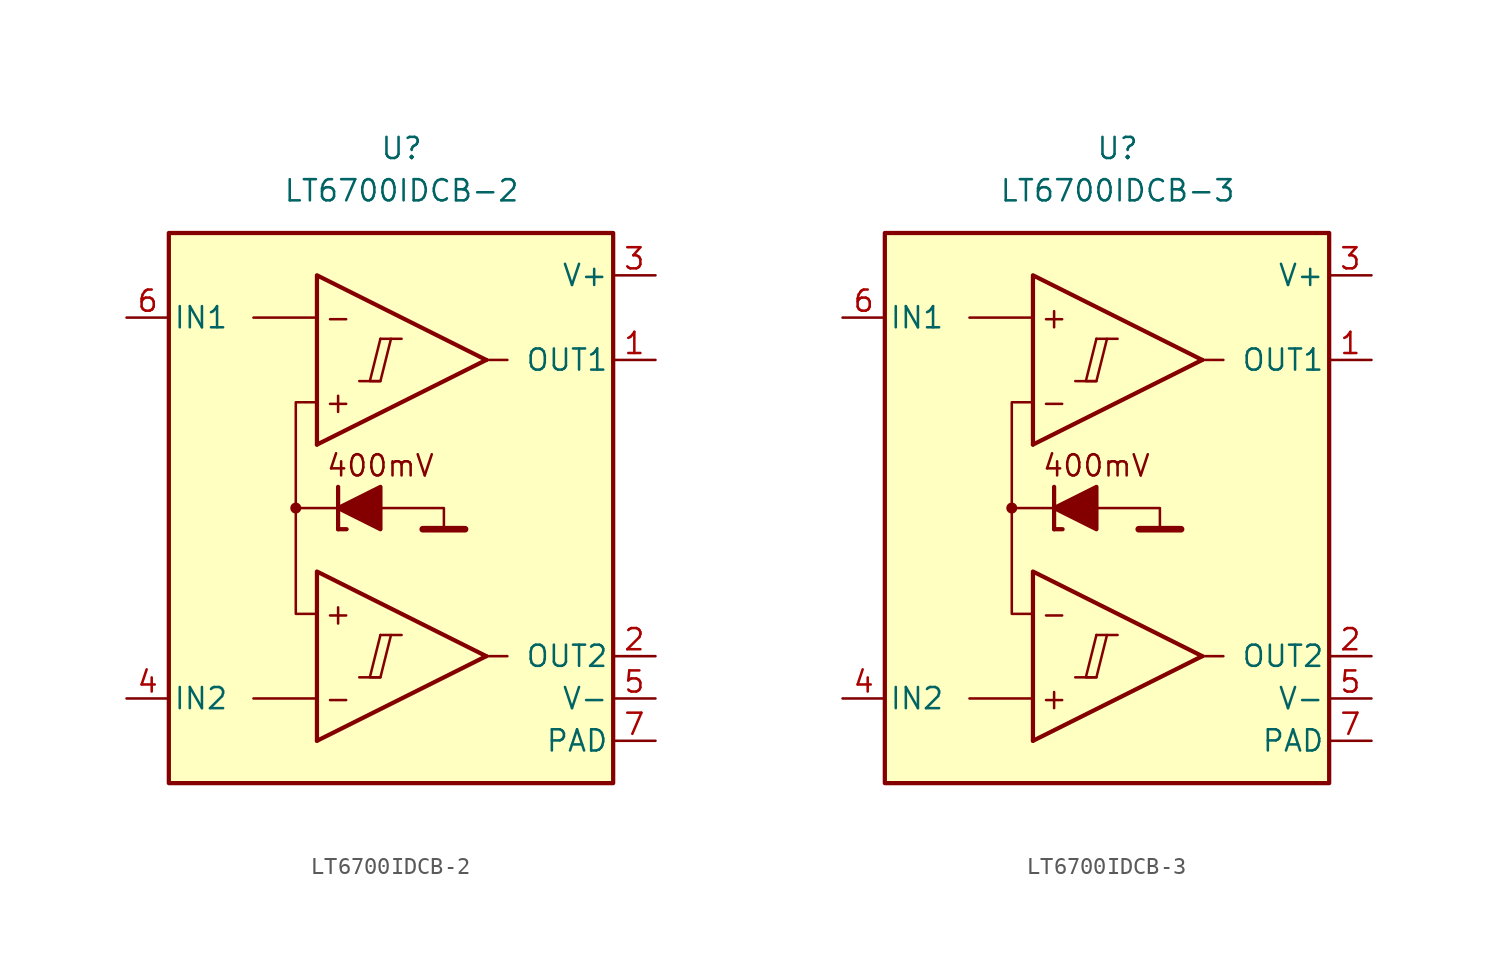
<source format=kicad_sym>
(kicad_symbol_lib
  (version 20231120)
  (generator "kicad_symbol_editor")
  (generator_version "8.0")
  (symbol "LT6700IDCB-2"
    (pin_names
      (offset 0.254))
    (property "Reference" "U"
      (at 0 22.86 0)
      (effects (font (size 1.27 1.27))))
    (property "Value" "LT6700IDCB-2"
      (at 0 20.32 0)
      (effects (font (size 1.27 1.27))))
    (symbol "LT6700IDCB-2_0_0"
      (rectangle (start -13.97 17.78) (end 12.7 -15.24) (stroke (width 0.254) (type default)) (fill (type background)))
      (circle (center -6.35 1.27) (radius 0.254) (stroke (width 0.152) (type default)) (fill (type outline)))
      (polyline (pts (xy -2.54 -8.89) (xy -1.27 -8.89)) (stroke (width 0.152) (type default)) (fill (type none)))
      (polyline (pts (xy -2.54 8.89) (xy -1.27 8.89)) (stroke (width 0.152) (type default)) (fill (type none)))
      (polyline (pts (xy -1.27 -6.35) (xy 0 -6.35)) (stroke (width 0.152) (type default)) (fill (type none)))
      (polyline (pts (xy -1.27 11.43) (xy 0 11.43)) (stroke (width 0.152) (type default)) (fill (type none)))
      (polyline (pts (xy 5.08 -7.62) (xy -5.08 -12.7)) (stroke (width 0.254) (type default)) (fill (type none)))
      (polyline (pts (xy 5.08 10.16) (xy -5.08 5.08)) (stroke (width 0.254) (type default)) (fill (type none)))
      (polyline (pts (xy 5.08 -7.62) (xy -5.08 -2.54) (xy -5.08 -12.7)) (stroke (width 0.254) (type default)) (fill (type background)))
      (polyline (pts (xy 5.08 10.16) (xy -5.08 15.24) (xy -5.08 5.08)) (stroke (width 0.254) (type default)) (fill (type background)))
      (polyline (pts (xy -1.27 -6.35) (xy -1.905 -8.89) (xy -1.27 -8.89) (xy -0.635 -6.35)) (stroke (width 0.152) (type default)) (fill (type none)))
      (polyline (pts (xy -1.27 11.43) (xy -1.905 8.89) (xy -1.27 8.89) (xy -0.635 11.43)) (stroke (width 0.152) (type default)) (fill (type none)))
      (text "+" (at -3.81 -5.08 0) (effects (font (size 1.27 1.27))))
      (text "+" (at -3.81 7.62 0) (effects (font (size 1.27 1.27))))
      (text "-" (at -3.81 -10.16 0) (effects (font (size 1.27 1.27))))
      (text "-" (at -3.81 12.7 0) (effects (font (size 1.27 1.27)))))
    (symbol "LT6700IDCB-2_0_1"
      (polyline (pts (xy -5.08 -10.16) (xy -8.89 -10.16)) (stroke (width 0) (type default)) (fill (type none)))
      (polyline (pts (xy -5.08 12.7) (xy -8.89 12.7)) (stroke (width 0) (type default)) (fill (type none)))
      (polyline (pts (xy -3.81 0) (xy -3.81 2.54)) (stroke (width 0.254) (type default)) (fill (type none)))
      (polyline (pts (xy -3.81 0) (xy -3.302 0)) (stroke (width 0.254) (type default)) (fill (type none)))
      (polyline (pts (xy -3.81 1.27) (xy -6.35 1.27)) (stroke (width 0.152) (type default)) (fill (type none)))
      (polyline (pts (xy 1.27 0) (xy 3.81 0)) (stroke (width 0.4) (type default)) (fill (type none)))
      (polyline (pts (xy 5.08 -7.62) (xy 6.35 -7.62)) (stroke (width 0) (type default)) (fill (type none)))
      (polyline (pts (xy 5.08 10.16) (xy 6.35 10.16)) (stroke (width 0) (type default)) (fill (type none)))
      (polyline (pts (xy -1.27 1.27) (xy 2.54 1.27) (xy 2.54 0)) (stroke (width 0.152) (type default)) (fill (type none)))
      (polyline (pts (xy -5.08 -5.08) (xy -6.35 -5.08) (xy -6.35 7.62) (xy -5.08 7.62)) (stroke (width 0.152) (type default)) (fill (type none)))
      (polyline (pts (xy -1.27 2.54) (xy -1.27 0) (xy -3.81 1.27) (xy -1.27 2.54)) (stroke (width 0.254) (type default)) (fill (type outline))))
    (symbol "LT6700IDCB-2_1_0"
      (text "400mV" (at -1.27 3.81 0) (effects (font (size 1.27 1.27)))))
    (symbol "LT6700IDCB-2_1_1"
      (pin output line (at 15.24 10.16 180) (length 2.54) (name "OUT1" (effects (font (size 1.27 1.27)))) (number "1" (effects (font (size 1.27 1.27)))))
      (pin output line (at 15.24 -7.62 180) (length 2.54) (name "OUT2" (effects (font (size 1.27 1.27)))) (number "2" (effects (font (size 1.27 1.27)))))
      (pin power_in line (at 15.24 15.24 180) (length 2.54) (name "V+" (effects (font (size 1.27 1.27)))) (number "3" (effects (font (size 1.27 1.27)))))
      (pin input line (at -16.51 -10.16 0) (length 2.54) (name "IN2" (effects (font (size 1.27 1.27)))) (number "4" (effects (font (size 1.27 1.27)))))
      (pin power_in line (at 15.24 -10.16 180) (length 2.54) (name "V-" (effects (font (size 1.27 1.27)))) (number "5" (effects (font (size 1.27 1.27)))))
      (pin input line (at -16.51 12.7 0) (length 2.54) (name "IN1" (effects (font (size 1.27 1.27)))) (number "6" (effects (font (size 1.27 1.27)))))
      (pin power_in line (at 15.24 -12.7 180) (length 2.54) (name "PAD" (effects (font (size 1.27 1.27)))) (number "7" (effects (font (size 1.27 1.27)))))))
  (symbol "LT6700IDCB-3"
    (pin_names
      (offset 0.254))
    (property "Reference" "U"
      (at 0 22.86 0)
      (effects (font (size 1.27 1.27))))
    (property "Value" "LT6700IDCB-3"
      (at 0 20.32 0)
      (effects (font (size 1.27 1.27))))
    (symbol "LT6700IDCB-3_0_0"
      (rectangle (start -13.97 17.78) (end 12.7 -15.24) (stroke (width 0.254) (type default)) (fill (type background)))
      (circle (center -6.35 1.27) (radius 0.254) (stroke (width 0.152) (type default)) (fill (type outline)))
      (polyline (pts (xy -2.54 -8.89) (xy -1.27 -8.89)) (stroke (width 0.152) (type default)) (fill (type none)))
      (polyline (pts (xy -2.54 8.89) (xy -1.27 8.89)) (stroke (width 0.152) (type default)) (fill (type none)))
      (polyline (pts (xy -1.27 -6.35) (xy 0 -6.35)) (stroke (width 0.152) (type default)) (fill (type none)))
      (polyline (pts (xy -1.27 11.43) (xy 0 11.43)) (stroke (width 0.152) (type default)) (fill (type none)))
      (polyline (pts (xy 5.08 -7.62) (xy -5.08 -12.7)) (stroke (width 0.254) (type default)) (fill (type none)))
      (polyline (pts (xy 5.08 10.16) (xy -5.08 5.08)) (stroke (width 0.254) (type default)) (fill (type none)))
      (polyline (pts (xy 5.08 -7.62) (xy -5.08 -2.54) (xy -5.08 -12.7)) (stroke (width 0.254) (type default)) (fill (type background)))
      (polyline (pts (xy 5.08 10.16) (xy -5.08 15.24) (xy -5.08 5.08)) (stroke (width 0.254) (type default)) (fill (type background)))
      (polyline (pts (xy -1.27 -6.35) (xy -1.905 -8.89) (xy -1.27 -8.89) (xy -0.635 -6.35)) (stroke (width 0.152) (type default)) (fill (type none)))
      (polyline (pts (xy -1.27 11.43) (xy -1.905 8.89) (xy -1.27 8.89) (xy -0.635 11.43)) (stroke (width 0.152) (type default)) (fill (type none)))
      (text "+" (at -3.81 -10.16 0) (effects (font (size 1.27 1.27))))
      (text "+" (at -3.81 12.7 0) (effects (font (size 1.27 1.27))))
      (text "-" (at -3.81 -5.08 0) (effects (font (size 1.27 1.27))))
      (text "-" (at -3.81 7.62 0) (effects (font (size 1.27 1.27)))))
    (symbol "LT6700IDCB-3_0_1"
      (polyline (pts (xy -5.08 -10.16) (xy -8.89 -10.16)) (stroke (width 0) (type default)) (fill (type none)))
      (polyline (pts (xy -5.08 12.7) (xy -8.89 12.7)) (stroke (width 0) (type default)) (fill (type none)))
      (polyline (pts (xy -3.81 0) (xy -3.81 2.54)) (stroke (width 0.254) (type default)) (fill (type none)))
      (polyline (pts (xy -3.81 0) (xy -3.302 0)) (stroke (width 0.254) (type default)) (fill (type none)))
      (polyline (pts (xy -3.81 1.27) (xy -6.35 1.27)) (stroke (width 0.152) (type default)) (fill (type none)))
      (polyline (pts (xy 1.27 0) (xy 3.81 0)) (stroke (width 0.4) (type default)) (fill (type none)))
      (polyline (pts (xy 5.08 -7.62) (xy 6.35 -7.62)) (stroke (width 0) (type default)) (fill (type none)))
      (polyline (pts (xy 5.08 10.16) (xy 6.35 10.16)) (stroke (width 0) (type default)) (fill (type none)))
      (polyline (pts (xy -1.27 1.27) (xy 2.54 1.27) (xy 2.54 0)) (stroke (width 0.152) (type default)) (fill (type none)))
      (polyline (pts (xy -5.08 -5.08) (xy -6.35 -5.08) (xy -6.35 7.62) (xy -5.08 7.62)) (stroke (width 0.152) (type default)) (fill (type none)))
      (polyline (pts (xy -1.27 2.54) (xy -1.27 0) (xy -3.81 1.27) (xy -1.27 2.54)) (stroke (width 0.254) (type default)) (fill (type outline))))
    (symbol "LT6700IDCB-3_1_0"
      (text "400mV" (at -1.27 3.81 0) (effects (font (size 1.27 1.27)))))
    (symbol "LT6700IDCB-3_1_1"
      (pin output line (at 15.24 10.16 180) (length 2.54) (name "OUT1" (effects (font (size 1.27 1.27)))) (number "1" (effects (font (size 1.27 1.27)))))
      (pin output line (at 15.24 -7.62 180) (length 2.54) (name "OUT2" (effects (font (size 1.27 1.27)))) (number "2" (effects (font (size 1.27 1.27)))))
      (pin power_in line (at 15.24 15.24 180) (length 2.54) (name "V+" (effects (font (size 1.27 1.27)))) (number "3" (effects (font (size 1.27 1.27)))))
      (pin input line (at -16.51 -10.16 0) (length 2.54) (name "IN2" (effects (font (size 1.27 1.27)))) (number "4" (effects (font (size 1.27 1.27)))))
      (pin power_in line (at 15.24 -10.16 180) (length 2.54) (name "V-" (effects (font (size 1.27 1.27)))) (number "5" (effects (font (size 1.27 1.27)))))
      (pin input line (at -16.51 12.7 0) (length 2.54) (name "IN1" (effects (font (size 1.27 1.27)))) (number "6" (effects (font (size 1.27 1.27)))))
      (pin power_in line (at 15.24 -12.7 180) (length 2.54) (name "PAD" (effects (font (size 1.27 1.27)))) (number "7" (effects (font (size 1.27 1.27))))))))
</source>
